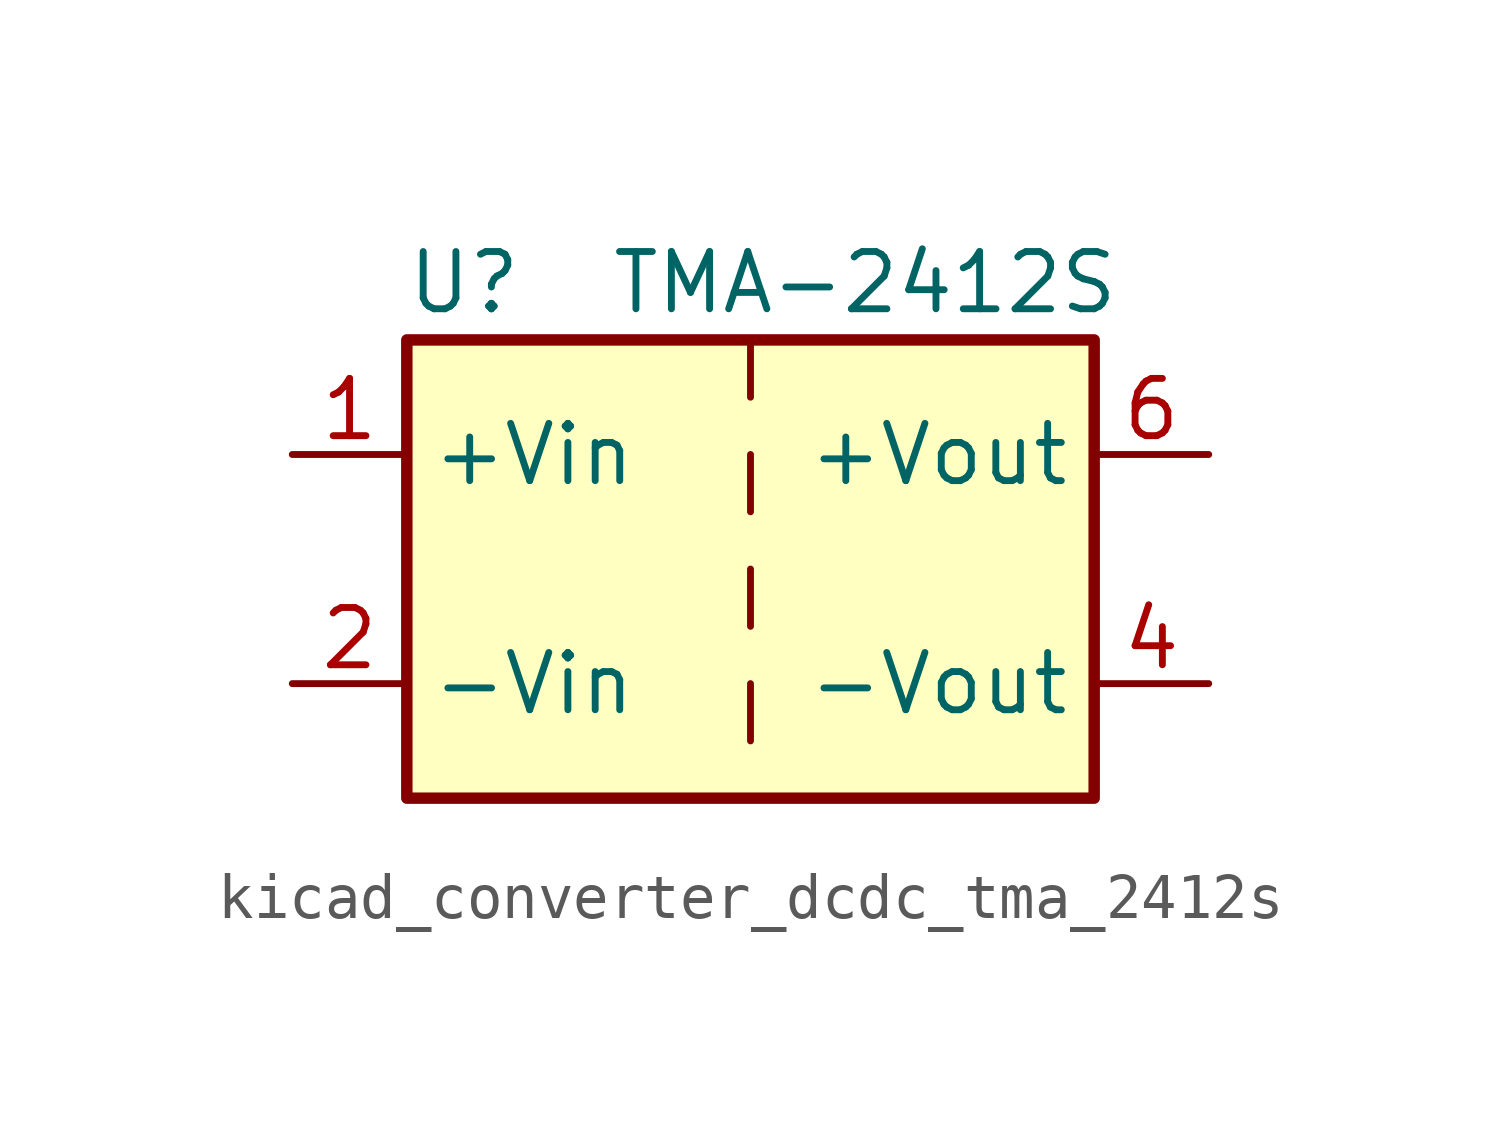
<source format=kicad_sym>
(kicad_symbol_lib
  (version 20220914)
  (generator kicad_symbol_editor)
  (symbol "kicad_converter_dcdc_tma_2412s"
    (property "Reference" "U"
      (at -6.35 6.35 0)
      (effects (font (size 1.27 1.27))))
    (property "Value" "TMA-2412S"
      (at 2.54 6.35 0)
      (effects (font (size 1.27 1.27))))
    (symbol "kicad_converter_dcdc_tma_2412s_0_1"
      (rectangle (start -7.62 5.08) (end 7.62 -5.08) (stroke (width 0.254) (type default)) (fill (type background)))
      (polyline (pts (xy 0 -2.54) (xy 0 -3.81)) (stroke (width 0) (type default)) (fill (type none)))
      (polyline (pts (xy 0 0) (xy 0 -1.27)) (stroke (width 0) (type default)) (fill (type none)))
      (polyline (pts (xy 0 2.54) (xy 0 1.27)) (stroke (width 0) (type default)) (fill (type none)))
      (polyline (pts (xy 0 5.08) (xy 0 3.81)) (stroke (width 0) (type default)) (fill (type none))))
    (symbol "kicad_converter_dcdc_tma_2412s_1_1"
      (pin power_in line (at -10.16 2.54 0) (length 2.54) (name "+Vin" (effects (font (size 1.27 1.27)))) (number "1" (effects (font (size 1.27 1.27)))))
      (pin power_in line (at -10.16 -2.54 0) (length 2.54) (name "-Vin" (effects (font (size 1.27 1.27)))) (number "2" (effects (font (size 1.27 1.27)))))
      (pin power_out line (at 10.16 -2.54 180) (length 2.54) (name "-Vout" (effects (font (size 1.27 1.27)))) (number "4" (effects (font (size 1.27 1.27)))))
      (pin power_out line (at 10.16 2.54 180) (length 2.54) (name "+Vout" (effects (font (size 1.27 1.27)))) (number "6" (effects (font (size 1.27 1.27))))))))
</source>
